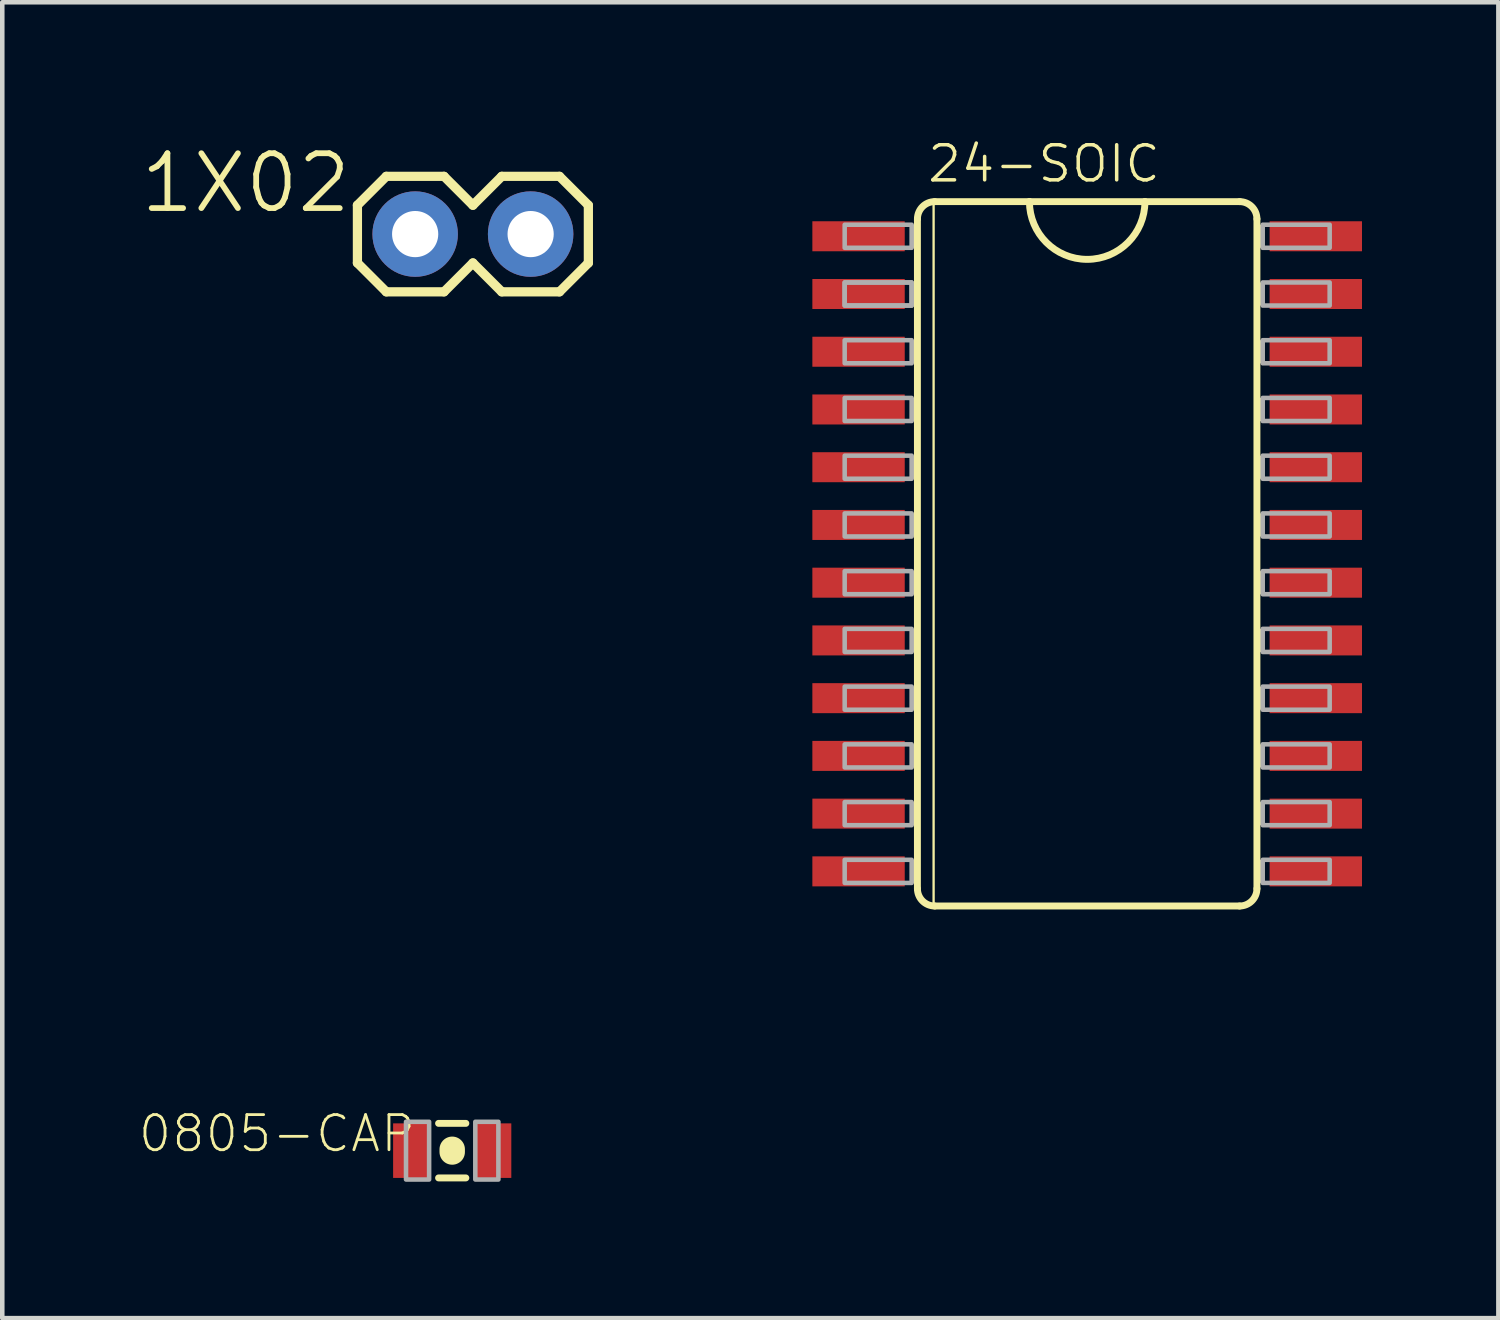
<source format=kicad_pcb>
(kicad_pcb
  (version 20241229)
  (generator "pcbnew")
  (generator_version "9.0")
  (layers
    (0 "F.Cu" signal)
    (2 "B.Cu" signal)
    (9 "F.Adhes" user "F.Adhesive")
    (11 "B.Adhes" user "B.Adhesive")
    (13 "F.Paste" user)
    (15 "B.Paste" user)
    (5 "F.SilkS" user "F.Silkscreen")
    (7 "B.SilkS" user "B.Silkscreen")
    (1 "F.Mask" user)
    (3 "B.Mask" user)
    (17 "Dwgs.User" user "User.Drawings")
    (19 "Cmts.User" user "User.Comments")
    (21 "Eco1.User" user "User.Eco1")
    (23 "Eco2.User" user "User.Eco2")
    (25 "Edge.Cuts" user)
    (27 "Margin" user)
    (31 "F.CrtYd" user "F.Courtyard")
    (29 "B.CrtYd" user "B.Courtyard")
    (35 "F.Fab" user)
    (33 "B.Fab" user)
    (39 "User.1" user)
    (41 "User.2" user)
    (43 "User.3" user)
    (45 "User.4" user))
  (footprint "0805-CAP"
    (layer "F.Cu")
    (at 6.897 22.26)
    (property "Reference" "0805-CAP" (at -0.762 -0.826 0) (layer "F.SilkS") (effects (font (size 0.772 0.772) (thickness 0.062)) (justify right top)))
    (attr through_hole)
    (fp_line (start -0.3 -0.6) (end 0.3 -0.6) (stroke (width 0.152) (type solid)) (layer "F.SilkS"))
    (fp_line (start -0.3 0.6) (end 0.3 0.6) (stroke (width 0.152) (type solid)) (layer "F.SilkS"))
    (fp_line (start 0 -0.03) (end 0 0.03) (stroke (width 0.559) (type solid)) (layer "F.SilkS"))
    (fp_poly (pts (xy -0.508 -0.635) (xy -1.016 -0.635) (xy -1.016 0.635) (xy -0.508 0.635)) (stroke (width 0.1) (type solid)) (fill no) (layer "F.Fab"))
    (fp_poly (pts (xy 0.508 0.635) (xy 1.016 0.635) (xy 1.016 -0.635) (xy 0.508 -0.635)) (stroke (width 0.1) (type solid)) (fill no) (layer "F.Fab"))
    (pad "1" smd rect (at -0.9 0) (size 0.8 1.2) (layers "F.Cu" "F.Mask" "F.Paste"))
    (pad "2" smd rect (at 0.9 0) (size 0.8 1.2) (layers "F.Cu" "F.Mask" "F.Paste")))
  (footprint "1X02"
    (layer "F.Cu")
    (at 6.082 2.099)
    (property "Reference" "1X02" (at -1.346 -1.829 0) (layer "F.SilkS") (effects (font (size 1.206 1.206) (thickness 0.127)) (justify right top)))
    (attr through_hole)
    (fp_line (start -1.27 -0.635) (end -1.27 0.635) (stroke (width 0.203) (type solid)) (layer "F.SilkS"))
    (fp_line (start -1.27 0.635) (end -0.635 1.27) (stroke (width 0.203) (type solid)) (layer "F.SilkS"))
    (fp_line (start -0.635 -1.27) (end -1.27 -0.635) (stroke (width 0.203) (type solid)) (layer "F.SilkS"))
    (fp_line (start -0.635 -1.27) (end 0.635 -1.27) (stroke (width 0.203) (type solid)) (layer "F.SilkS"))
    (fp_line (start 0.635 -1.27) (end 1.27 -0.635) (stroke (width 0.203) (type solid)) (layer "F.SilkS"))
    (fp_line (start 0.635 1.27) (end -0.635 1.27) (stroke (width 0.203) (type solid)) (layer "F.SilkS"))
    (fp_line (start 1.27 -0.635) (end 1.905 -1.27) (stroke (width 0.203) (type solid)) (layer "F.SilkS"))
    (fp_line (start 1.27 0.635) (end 0.635 1.27) (stroke (width 0.203) (type solid)) (layer "F.SilkS"))
    (fp_line (start 1.905 -1.27) (end 3.175 -1.27) (stroke (width 0.203) (type solid)) (layer "F.SilkS"))
    (fp_line (start 1.905 1.27) (end 1.27 0.635) (stroke (width 0.203) (type solid)) (layer "F.SilkS"))
    (fp_line (start 3.175 -1.27) (end 3.81 -0.635) (stroke (width 0.203) (type solid)) (layer "F.SilkS"))
    (fp_line (start 3.175 1.27) (end 1.905 1.27) (stroke (width 0.203) (type solid)) (layer "F.SilkS"))
    (fp_line (start 3.81 -0.635) (end 3.81 0.635) (stroke (width 0.203) (type solid)) (layer "F.SilkS"))
    (fp_line (start 3.81 0.635) (end 3.175 1.27) (stroke (width 0.203) (type solid)) (layer "F.SilkS"))
    (fp_poly (pts (xy -0.254 0.254) (xy 0.254 0.254) (xy 0.254 -0.254) (xy -0.254 -0.254)) (stroke (width 0.1) (type solid)) (fill no) (layer "F.Fab"))
    (fp_poly (pts (xy 2.286 0.254) (xy 2.794 0.254) (xy 2.794 -0.254) (xy 2.286 -0.254)) (stroke (width 0.1) (type solid)) (fill no) (layer "F.Fab"))
    (pad "1" thru_hole circle (at 0 0 90) (size 1.88 1.88) (drill 1.016) (layers "*.Cu" "*.Mask"))
    (pad "2" thru_hole circle (at 2.54 0 90) (size 1.88 1.88) (drill 1.016) (layers "*.Cu" "*.Mask")))
  (footprint "24-SOIC"
    (layer "F.Cu")
    (at 13.244 18.022)
    (property "Reference" "24-SOIC" (at 4.064 -17.018 0) (layer "F.SilkS") (effects (font (size 0.772 0.772) (thickness 0.077)) (justify left bottom)))
    (attr through_hole)
    (fp_line (start 3.886 -16.256) (end 3.886 -1.524) (stroke (width 0.152) (type solid)) (layer "F.SilkS"))
    (fp_line (start 4.242 -16.637) (end 4.242 -1.143) (stroke (width 0.051) (type solid)) (layer "F.SilkS"))
    (fp_line (start 4.267 -1.143) (end 10.973 -1.143) (stroke (width 0.152) (type solid)) (layer "F.SilkS"))
    (fp_line (start 6.35 -16.637) (end 4.267 -16.637) (stroke (width 0.152) (type solid)) (layer "F.SilkS"))
    (fp_line (start 8.89 -16.637) (end 6.35 -16.637) (stroke (width 0.152) (type solid)) (layer "F.SilkS"))
    (fp_line (start 10.973 -16.637) (end 8.89 -16.637) (stroke (width 0.152) (type solid)) (layer "F.SilkS"))
    (fp_line (start 11.354 -1.524) (end 11.354 -16.256) (stroke (width 0.152) (type solid)) (layer "F.SilkS"))
    (fp_arc (start 3.8862 -16.256) (mid 3.997792 -16.525408) (end 4.2672 -16.637) (stroke (width 0.1524) (type solid)) (layer "F.SilkS"))
    (fp_arc (start 4.2672 -1.143) (mid 3.997792 -1.254592) (end 3.8862 -1.524) (stroke (width 0.1524) (type solid)) (layer "F.SilkS"))
    (fp_arc (start 8.89 -16.637) (mid 7.62 -15.367) (end 6.35 -16.637) (stroke (width 0.1524) (type solid)) (layer "F.SilkS"))
    (fp_arc (start 10.9728 -16.637) (mid 11.242208 -16.525408) (end 11.3538 -16.256) (stroke (width 0.1524) (type solid)) (layer "F.SilkS"))
    (fp_arc (start 11.3538 -1.524) (mid 11.242208 -1.254592) (end 10.9728 -1.143) (stroke (width 0.1524) (type solid)) (layer "F.SilkS"))
    (fp_poly (pts (xy 3.759 -16.129) (xy 3.759 -15.621) (xy 3.886 -15.621) (xy 3.886 -16.129)) (stroke (width 0) (type solid)) (fill yes) (layer "F.SilkS"))
    (fp_poly (pts (xy 3.759 -14.859) (xy 3.759 -14.351) (xy 3.886 -14.351) (xy 3.886 -14.859)) (stroke (width 0) (type solid)) (fill yes) (layer "F.SilkS"))
    (fp_poly (pts (xy 3.759 -13.589) (xy 3.759 -13.081) (xy 3.886 -13.081) (xy 3.886 -13.589)) (stroke (width 0) (type solid)) (fill yes) (layer "F.SilkS"))
    (fp_poly (pts (xy 3.759 -12.319) (xy 3.759 -11.811) (xy 3.886 -11.811) (xy 3.886 -12.319)) (stroke (width 0) (type solid)) (fill yes) (layer "F.SilkS"))
    (fp_poly (pts (xy 3.759 -11.049) (xy 3.759 -10.541) (xy 3.886 -10.541) (xy 3.886 -11.049)) (stroke (width 0) (type solid)) (fill yes) (layer "F.SilkS"))
    (fp_poly (pts (xy 3.759 -9.779) (xy 3.759 -9.271) (xy 3.886 -9.271) (xy 3.886 -9.779)) (stroke (width 0) (type solid)) (fill yes) (layer "F.SilkS"))
    (fp_poly (pts (xy 3.759 -8.509) (xy 3.759 -8.001) (xy 3.886 -8.001) (xy 3.886 -8.509)) (stroke (width 0) (type solid)) (fill yes) (layer "F.SilkS"))
    (fp_poly (pts (xy 3.759 -7.239) (xy 3.759 -6.731) (xy 3.886 -6.731) (xy 3.886 -7.239)) (stroke (width 0) (type solid)) (fill yes) (layer "F.SilkS"))
    (fp_poly (pts (xy 3.759 -5.969) (xy 3.759 -5.461) (xy 3.886 -5.461) (xy 3.886 -5.969)) (stroke (width 0) (type solid)) (fill yes) (layer "F.SilkS"))
    (fp_poly (pts (xy 3.759 -4.699) (xy 3.759 -4.191) (xy 3.886 -4.191) (xy 3.886 -4.699)) (stroke (width 0) (type solid)) (fill yes) (layer "F.SilkS"))
    (fp_poly (pts (xy 3.759 -3.429) (xy 3.759 -2.921) (xy 3.886 -2.921) (xy 3.886 -3.429)) (stroke (width 0) (type solid)) (fill yes) (layer "F.SilkS"))
    (fp_poly (pts (xy 3.759 -2.159) (xy 3.759 -1.651) (xy 3.886 -1.651) (xy 3.886 -2.159)) (stroke (width 0) (type solid)) (fill yes) (layer "F.SilkS"))
    (fp_poly (pts (xy 11.354 -16.129) (xy 11.354 -15.621) (xy 11.481 -15.621) (xy 11.481 -16.129)) (stroke (width 0) (type solid)) (fill yes) (layer "F.SilkS"))
    (fp_poly (pts (xy 11.354 -14.859) (xy 11.354 -14.351) (xy 11.481 -14.351) (xy 11.481 -14.859)) (stroke (width 0) (type solid)) (fill yes) (layer "F.SilkS"))
    (fp_poly (pts (xy 11.354 -13.589) (xy 11.354 -13.081) (xy 11.481 -13.081) (xy 11.481 -13.589)) (stroke (width 0) (type solid)) (fill yes) (layer "F.SilkS"))
    (fp_poly (pts (xy 11.354 -12.319) (xy 11.354 -11.811) (xy 11.481 -11.811) (xy 11.481 -12.319)) (stroke (width 0) (type solid)) (fill yes) (layer "F.SilkS"))
    (fp_poly (pts (xy 11.354 -11.049) (xy 11.354 -10.541) (xy 11.481 -10.541) (xy 11.481 -11.049)) (stroke (width 0) (type solid)) (fill yes) (layer "F.SilkS"))
    (fp_poly (pts (xy 11.354 -9.779) (xy 11.354 -9.271) (xy 11.481 -9.271) (xy 11.481 -9.779)) (stroke (width 0) (type solid)) (fill yes) (layer "F.SilkS"))
    (fp_poly (pts (xy 11.354 -8.509) (xy 11.354 -8.001) (xy 11.481 -8.001) (xy 11.481 -8.509)) (stroke (width 0) (type solid)) (fill yes) (layer "F.SilkS"))
    (fp_poly (pts (xy 11.354 -7.239) (xy 11.354 -6.731) (xy 11.481 -6.731) (xy 11.481 -7.239)) (stroke (width 0) (type solid)) (fill yes) (layer "F.SilkS"))
    (fp_poly (pts (xy 11.354 -5.969) (xy 11.354 -5.461) (xy 11.481 -5.461) (xy 11.481 -5.969)) (stroke (width 0) (type solid)) (fill yes) (layer "F.SilkS"))
    (fp_poly (pts (xy 11.354 -4.699) (xy 11.354 -4.191) (xy 11.481 -4.191) (xy 11.481 -4.699)) (stroke (width 0) (type solid)) (fill yes) (layer "F.SilkS"))
    (fp_poly (pts (xy 11.354 -3.429) (xy 11.354 -2.921) (xy 11.481 -2.921) (xy 11.481 -3.429)) (stroke (width 0) (type solid)) (fill yes) (layer "F.SilkS"))
    (fp_poly (pts (xy 11.354 -2.159) (xy 11.354 -1.651) (xy 11.481 -1.651) (xy 11.481 -2.159)) (stroke (width 0) (type solid)) (fill yes) (layer "F.SilkS"))
    (fp_poly (pts (xy 2.286 -16.129) (xy 2.286 -15.621) (xy 3.759 -15.621) (xy 3.759 -16.129)) (stroke (width 0.1) (type solid)) (fill no) (layer "F.Fab"))
    (fp_poly (pts (xy 2.286 -14.859) (xy 2.286 -14.351) (xy 3.759 -14.351) (xy 3.759 -14.859)) (stroke (width 0.1) (type solid)) (fill no) (layer "F.Fab"))
    (fp_poly (pts (xy 2.286 -14.859) (xy 2.286 -14.351) (xy 3.759 -14.351) (xy 3.759 -14.859)) (stroke (width 0.1) (type solid)) (fill no) (layer "F.Fab"))
    (fp_poly (pts (xy 2.286 -13.589) (xy 2.286 -13.081) (xy 3.759 -13.081) (xy 3.759 -13.589)) (stroke (width 0.1) (type solid)) (fill no) (layer "F.Fab"))
    (fp_poly (pts (xy 2.286 -12.319) (xy 2.286 -11.811) (xy 3.759 -11.811) (xy 3.759 -12.319)) (stroke (width 0.1) (type solid)) (fill no) (layer "F.Fab"))
    (fp_poly (pts (xy 2.286 -11.049) (xy 2.286 -10.541) (xy 3.759 -10.541) (xy 3.759 -11.049)) (stroke (width 0.1) (type solid)) (fill no) (layer "F.Fab"))
    (fp_poly (pts (xy 2.286 -9.779) (xy 2.286 -9.271) (xy 3.759 -9.271) (xy 3.759 -9.779)) (stroke (width 0.1) (type solid)) (fill no) (layer "F.Fab"))
    (fp_poly (pts (xy 2.286 -8.509) (xy 2.286 -8.001) (xy 3.759 -8.001) (xy 3.759 -8.509)) (stroke (width 0.1) (type solid)) (fill no) (layer "F.Fab"))
    (fp_poly (pts (xy 2.286 -7.239) (xy 2.286 -6.731) (xy 3.759 -6.731) (xy 3.759 -7.239)) (stroke (width 0.1) (type solid)) (fill no) (layer "F.Fab"))
    (fp_poly (pts (xy 2.286 -5.969) (xy 2.286 -5.461) (xy 3.759 -5.461) (xy 3.759 -5.969)) (stroke (width 0.1) (type solid)) (fill no) (layer "F.Fab"))
    (fp_poly (pts (xy 2.286 -4.699) (xy 2.286 -4.191) (xy 3.759 -4.191) (xy 3.759 -4.699)) (stroke (width 0.1) (type solid)) (fill no) (layer "F.Fab"))
    (fp_poly (pts (xy 2.286 -3.429) (xy 2.286 -2.921) (xy 3.759 -2.921) (xy 3.759 -3.429)) (stroke (width 0.1) (type solid)) (fill no) (layer "F.Fab"))
    (fp_poly (pts (xy 2.286 -2.159) (xy 2.286 -1.651) (xy 3.759 -1.651) (xy 3.759 -2.159)) (stroke (width 0.1) (type solid)) (fill no) (layer "F.Fab"))
    (fp_poly (pts (xy 11.481 -16.129) (xy 11.481 -15.621) (xy 12.954 -15.621) (xy 12.954 -16.129)) (stroke (width 0.1) (type solid)) (fill no) (layer "F.Fab"))
    (fp_poly (pts (xy 11.481 -14.859) (xy 11.481 -14.351) (xy 12.954 -14.351) (xy 12.954 -14.859)) (stroke (width 0.1) (type solid)) (fill no) (layer "F.Fab"))
    (fp_poly (pts (xy 11.481 -13.589) (xy 11.481 -13.081) (xy 12.954 -13.081) (xy 12.954 -13.589)) (stroke (width 0.1) (type solid)) (fill no) (layer "F.Fab"))
    (fp_poly (pts (xy 11.481 -12.319) (xy 11.481 -11.811) (xy 12.954 -11.811) (xy 12.954 -12.319)) (stroke (width 0.1) (type solid)) (fill no) (layer "F.Fab"))
    (fp_poly (pts (xy 11.481 -11.049) (xy 11.481 -10.541) (xy 12.954 -10.541) (xy 12.954 -11.049)) (stroke (width 0.1) (type solid)) (fill no) (layer "F.Fab"))
    (fp_poly (pts (xy 11.481 -9.779) (xy 11.481 -9.271) (xy 12.954 -9.271) (xy 12.954 -9.779)) (stroke (width 0.1) (type solid)) (fill no) (layer "F.Fab"))
    (fp_poly (pts (xy 11.481 -8.509) (xy 11.481 -8.001) (xy 12.954 -8.001) (xy 12.954 -8.509)) (stroke (width 0.1) (type solid)) (fill no) (layer "F.Fab"))
    (fp_poly (pts (xy 11.481 -7.239) (xy 11.481 -6.731) (xy 12.954 -6.731) (xy 12.954 -7.239)) (stroke (width 0.1) (type solid)) (fill no) (layer "F.Fab"))
    (fp_poly (pts (xy 11.481 -5.969) (xy 11.481 -5.461) (xy 12.954 -5.461) (xy 12.954 -5.969)) (stroke (width 0.1) (type solid)) (fill no) (layer "F.Fab"))
    (fp_poly (pts (xy 11.481 -4.699) (xy 11.481 -4.191) (xy 12.954 -4.191) (xy 12.954 -4.699)) (stroke (width 0.1) (type solid)) (fill no) (layer "F.Fab"))
    (fp_poly (pts (xy 11.481 -3.429) (xy 11.481 -2.921) (xy 12.954 -2.921) (xy 12.954 -3.429)) (stroke (width 0.1) (type solid)) (fill no) (layer "F.Fab"))
    (fp_poly (pts (xy 11.481 -2.159) (xy 11.481 -1.651) (xy 12.954 -1.651) (xy 12.954 -2.159)) (stroke (width 0.1) (type solid)) (fill no) (layer "F.Fab"))
    (pad "1" smd rect (at 2.591 -15.875 270) (size 0.66 2.032) (layers "F.Cu" "F.Mask" "F.Paste"))
    (pad "2" smd rect (at 2.591 -14.605 270) (size 0.66 2.032) (layers "F.Cu" "F.Mask" "F.Paste"))
    (pad "3" smd rect (at 2.591 -13.335 270) (size 0.66 2.032) (layers "F.Cu" "F.Mask" "F.Paste"))
    (pad "4" smd rect (at 2.591 -12.065 270) (size 0.66 2.032) (layers "F.Cu" "F.Mask" "F.Paste"))
    (pad "5" smd rect (at 2.591 -10.795 270) (size 0.66 2.032) (layers "F.Cu" "F.Mask" "F.Paste"))
    (pad "6" smd rect (at 2.591 -9.525 270) (size 0.66 2.032) (layers "F.Cu" "F.Mask" "F.Paste"))
    (pad "7" smd rect (at 2.591 -8.255 270) (size 0.66 2.032) (layers "F.Cu" "F.Mask" "F.Paste"))
    (pad "8" smd rect (at 2.591 -6.985 270) (size 0.66 2.032) (layers "F.Cu" "F.Mask" "F.Paste"))
    (pad "9" smd rect (at 2.591 -5.715 270) (size 0.66 2.032) (layers "F.Cu" "F.Mask" "F.Paste"))
    (pad "10" smd rect (at 2.591 -4.445 270) (size 0.66 2.032) (layers "F.Cu" "F.Mask" "F.Paste"))
    (pad "11" smd rect (at 2.591 -3.175 270) (size 0.66 2.032) (layers "F.Cu" "F.Mask" "F.Paste"))
    (pad "12" smd rect (at 2.591 -1.905 270) (size 0.66 2.032) (layers "F.Cu" "F.Mask" "F.Paste"))
    (pad "13" smd rect (at 12.649 -1.905 270) (size 0.66 2.032) (layers "F.Cu" "F.Mask" "F.Paste"))
    (pad "14" smd rect (at 12.649 -3.175 270) (size 0.66 2.032) (layers "F.Cu" "F.Mask" "F.Paste"))
    (pad "15" smd rect (at 12.649 -4.445 270) (size 0.66 2.032) (layers "F.Cu" "F.Mask" "F.Paste"))
    (pad "16" smd rect (at 12.649 -5.715 270) (size 0.66 2.032) (layers "F.Cu" "F.Mask" "F.Paste"))
    (pad "17" smd rect (at 12.649 -6.985 270) (size 0.66 2.032) (layers "F.Cu" "F.Mask" "F.Paste"))
    (pad "18" smd rect (at 12.649 -8.255 270) (size 0.66 2.032) (layers "F.Cu" "F.Mask" "F.Paste"))
    (pad "19" smd rect (at 12.649 -9.525 270) (size 0.66 2.032) (layers "F.Cu" "F.Mask" "F.Paste"))
    (pad "20" smd rect (at 12.649 -10.795 270) (size 0.66 2.032) (layers "F.Cu" "F.Mask" "F.Paste"))
    (pad "21" smd rect (at 12.649 -12.065 270) (size 0.66 2.032) (layers "F.Cu" "F.Mask" "F.Paste"))
    (pad "22" smd rect (at 12.649 -13.335 270) (size 0.66 2.032) (layers "F.Cu" "F.Mask" "F.Paste"))
    (pad "23" smd rect (at 12.649 -14.605 270) (size 0.66 2.032) (layers "F.Cu" "F.Mask" "F.Paste"))
    (pad "24" smd rect (at 12.649 -15.875 270) (size 0.66 2.032) (layers "F.Cu" "F.Mask" "F.Paste")))
  (gr_rect
    (start -3 -3)
    (end 29.909 25.945)
    (stroke (width 0.1) (type default))
    (fill no)
    (layer "Edge.Cuts")))
</source>
